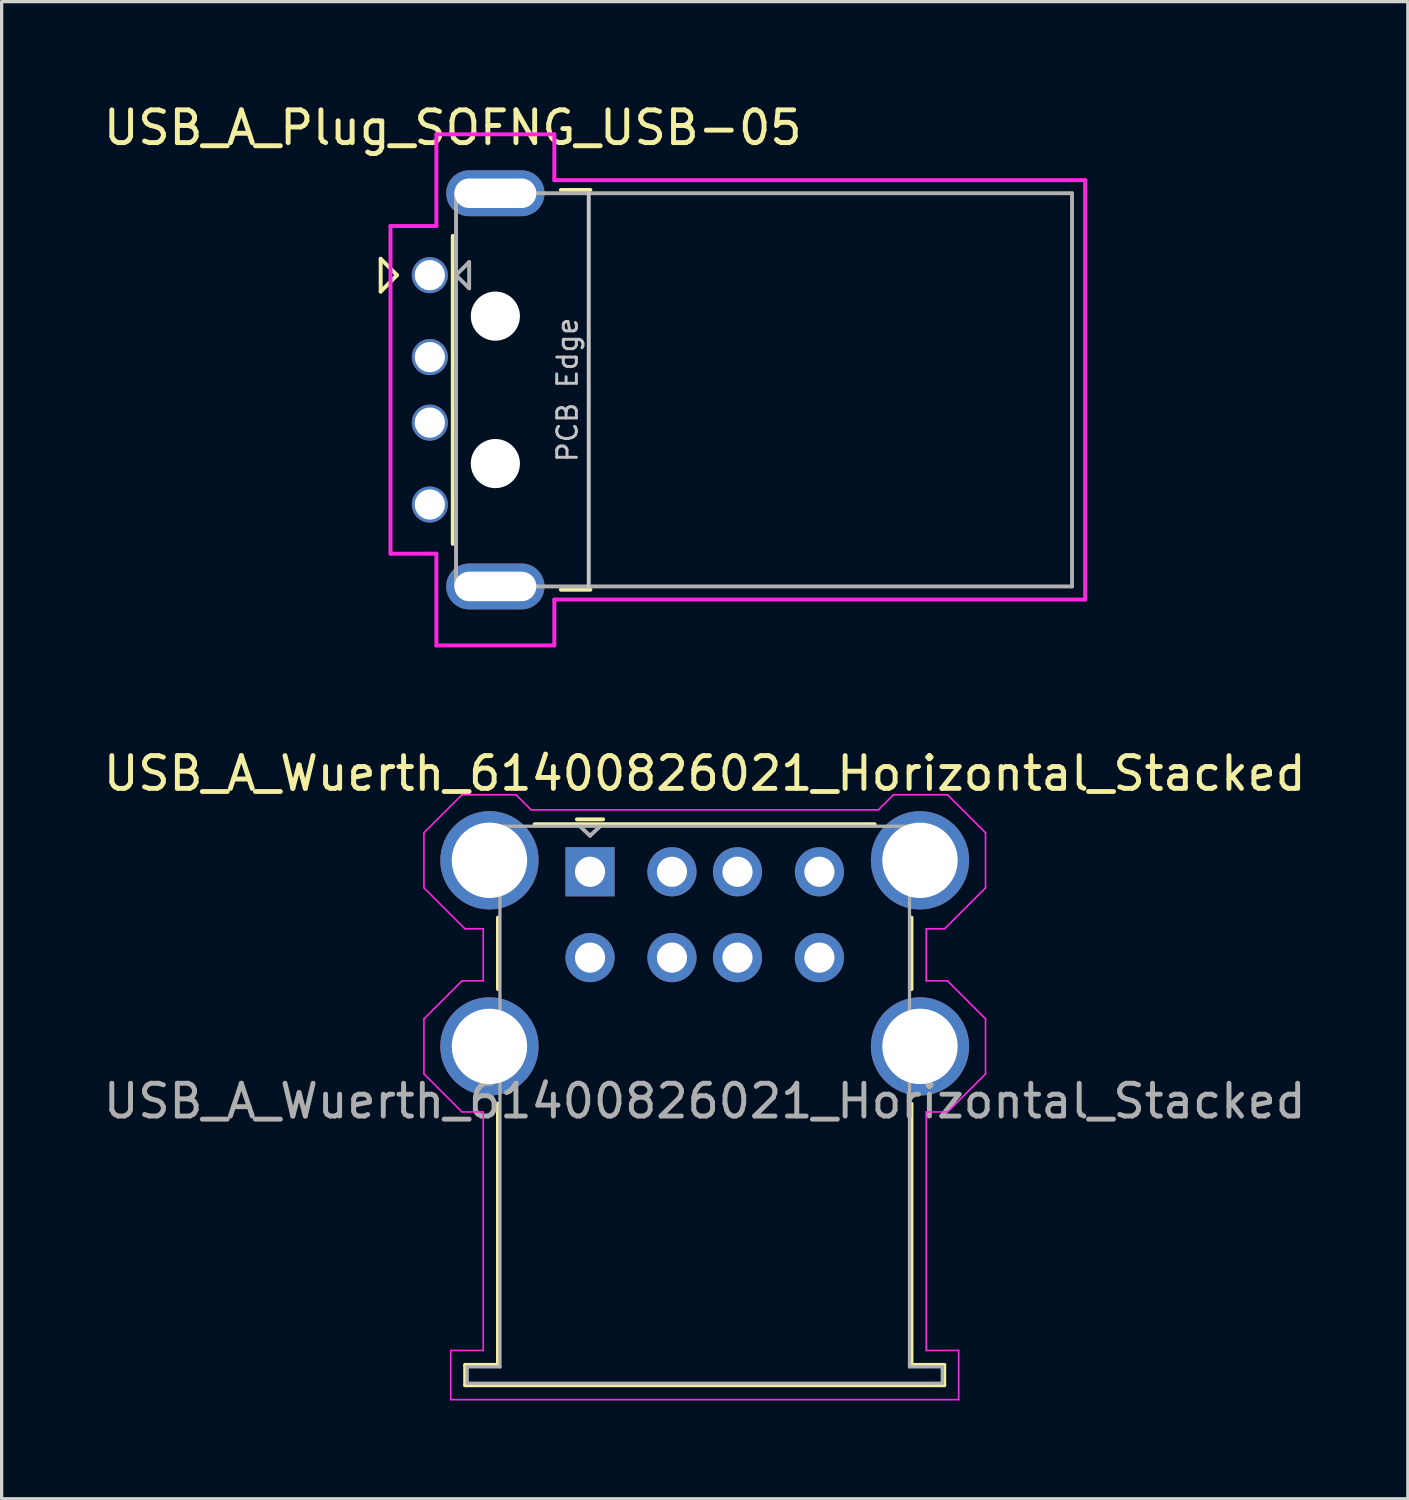
<source format=kicad_pcb>
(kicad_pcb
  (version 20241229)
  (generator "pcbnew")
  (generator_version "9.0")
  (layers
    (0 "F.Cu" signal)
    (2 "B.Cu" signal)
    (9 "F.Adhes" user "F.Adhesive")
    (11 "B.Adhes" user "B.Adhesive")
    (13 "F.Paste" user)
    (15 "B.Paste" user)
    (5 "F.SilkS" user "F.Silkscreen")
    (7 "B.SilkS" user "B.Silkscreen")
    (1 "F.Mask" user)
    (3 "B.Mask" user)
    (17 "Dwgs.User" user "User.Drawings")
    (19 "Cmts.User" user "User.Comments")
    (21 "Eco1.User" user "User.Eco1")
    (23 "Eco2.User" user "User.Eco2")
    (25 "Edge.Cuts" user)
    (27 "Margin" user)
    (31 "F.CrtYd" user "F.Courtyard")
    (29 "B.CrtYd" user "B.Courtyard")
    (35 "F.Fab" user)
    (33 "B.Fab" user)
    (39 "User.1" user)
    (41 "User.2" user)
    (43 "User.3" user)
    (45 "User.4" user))
  (footprint "USB_A_Plug_SOFNG_USB-05"
    (layer "F.Cu")
    (at 12.068 8.848)
    (property "Reference" "USB_A_Plug_SOFNG_USB-05" (at -1.3 -8 0) (unlocked yes) (layer "F.SilkS") (effects (font (size 1 1) (thickness 0.15))))
    (attr through_hole)
    (fp_line (start -3.5 -4) (end -3.5 -3) (stroke (width 0.12) (type solid)) (layer "F.SilkS"))
    (fp_line (start -3 -3.5) (end -3.5 -4) (stroke (width 0.12) (type solid)) (layer "F.SilkS"))
    (fp_line (start -3 -3.5) (end -3.5 -3) (stroke (width 0.12) (type solid)) (layer "F.SilkS"))
    (fp_line (start -1.3 -4.7) (end -1.3 4.7) (stroke (width 0.12) (type solid)) (layer "F.SilkS"))
    (fp_line (start 2 -6.1) (end 2.9 -6.1) (stroke (width 0.12) (type solid)) (layer "F.SilkS"))
    (fp_line (start 2 6.1) (end 2.9 6.1) (stroke (width 0.12) (type solid)) (layer "F.SilkS"))
    (fp_line (start 2.85 6) (end 2.85 -6) (stroke (width 0.12) (type solid)) (layer "Dwgs.User"))
    (fp_line (start -3.2 -5) (end -3.2 5) (stroke (width 0.12) (type solid)) (layer "F.CrtYd"))
    (fp_line (start -3.2 5) (end -2 5) (stroke (width 0.12) (type solid)) (layer "F.CrtYd"))
    (fp_line (start -2 5) (end -1.8 5) (stroke (width 0.12) (type solid)) (layer "F.CrtYd"))
    (fp_line (start -1.8 -7.8) (end -1.8 -5) (stroke (width 0.12) (type solid)) (layer "F.CrtYd"))
    (fp_line (start -1.8 -5) (end -3.2 -5) (stroke (width 0.12) (type solid)) (layer "F.CrtYd"))
    (fp_line (start -1.8 5) (end -1.8 7.8) (stroke (width 0.12) (type solid)) (layer "F.CrtYd"))
    (fp_line (start -1.8 7.8) (end 1.8 7.8) (stroke (width 0.12) (type solid)) (layer "F.CrtYd"))
    (fp_line (start 1.8 -7.8) (end -1.8 -7.8) (stroke (width 0.12) (type solid)) (layer "F.CrtYd"))
    (fp_line (start 1.8 -6.4) (end 1.8 -7.8) (stroke (width 0.12) (type solid)) (layer "F.CrtYd"))
    (fp_line (start 1.8 6.4) (end 18 6.4) (stroke (width 0.12) (type solid)) (layer "F.CrtYd"))
    (fp_line (start 1.8 7.8) (end 1.8 6.4) (stroke (width 0.12) (type solid)) (layer "F.CrtYd"))
    (fp_line (start 18 -6.4) (end 1.8 -6.4) (stroke (width 0.12) (type solid)) (layer "F.CrtYd"))
    (fp_line (start 18 6.4) (end 18 -6.4) (stroke (width 0.12) (type solid)) (layer "F.CrtYd"))
    (fp_line (start -1.2 -6) (end -1.2 6) (stroke (width 0.12) (type solid)) (layer "F.Fab"))
    (fp_line (start -1.2 -6) (end 17.6 -6) (stroke (width 0.12) (type solid)) (layer "F.Fab"))
    (fp_line (start -1.2 -3.5) (end -0.8 -3.9) (stroke (width 0.12) (type solid)) (layer "F.Fab"))
    (fp_line (start -1.2 -3.5) (end -0.8 -3.1) (stroke (width 0.12) (type solid)) (layer "F.Fab"))
    (fp_line (start -1.2 6) (end 17.6 6) (stroke (width 0.12) (type solid)) (layer "F.Fab"))
    (fp_line (start -0.8 -3.9) (end -0.8 -3.1) (stroke (width 0.12) (type solid)) (layer "F.Fab"))
    (fp_line (start 17.6 6) (end 17.6 -6) (stroke (width 0.12) (type solid)) (layer "F.Fab"))
    (fp_text user "PCB Edge" (at 2.2 0 90) (unlocked yes) (layer "Dwgs.User") (effects (font (size 0.6 0.6) (thickness 0.09))))
    (pad "" np_thru_hole circle (at 0 -2.25 90) (size 1.5 1.5) (drill 1.5) (layers "*.Cu" "*.Mask"))
    (pad "" np_thru_hole circle (at 0 2.25 90) (size 1.5 1.5) (drill 1.5) (layers "*.Cu" "*.Mask"))
    (pad "1" thru_hole circle (at -2 -3.5 90) (size 1.1 1.1) (drill 0.92) (layers "*.Cu" "*.Mask"))
    (pad "2" thru_hole circle (at -2 -1 90) (size 1.1 1.1) (drill 0.92) (layers "*.Cu" "*.Mask"))
    (pad "3" thru_hole circle (at -2 1 90) (size 1.1 1.1) (drill 0.92) (layers "*.Cu" "*.Mask"))
    (pad "4" thru_hole circle (at -2 3.5 90) (size 1.1 1.1) (drill 0.92) (layers "*.Cu" "*.Mask"))
    (pad "5" thru_hole oval (at 0 -6 90) (size 1.4 3) (drill oval 0.9 2.5) (layers "*.Cu" "*.Mask"))
    (pad "5" thru_hole oval (at 0 6 90) (size 1.4 3) (drill oval 0.9 2.5) (layers "*.Cu" "*.Mask")))
  (footprint "USB_A_Wuerth_61400826021_Horizontal_Stacked"
    (layer "F.Cu")
    (at 14.958 23.556)
    (property "Reference" "USB_A_Wuerth_61400826021_Horizontal_Stacked" (at 3.5 -3 0) (layer "F.SilkS") (effects (font (size 1 1) (thickness 0.15))))
    (attr through_hole)
    (fp_line (start -3.81 15.05) (end -2.81 15.05) (stroke (width 0.12) (type solid)) (layer "F.SilkS"))
    (fp_line (start -3.81 15.67) (end -3.81 15.05) (stroke (width 0.12) (type solid)) (layer "F.SilkS"))
    (fp_line (start -2.81 3.58) (end -2.81 1.4) (stroke (width 0.12) (type solid)) (layer "F.SilkS"))
    (fp_line (start -2.81 15.05) (end -2.81 7.08) (stroke (width 0.12) (type solid)) (layer "F.SilkS"))
    (fp_line (start -1.69 -1.45) (end 8.69 -1.45) (stroke (width 0.12) (type solid)) (layer "F.SilkS"))
    (fp_line (start 0.4 -1.6) (end -0.4 -1.6) (stroke (width 0.12) (type solid)) (layer "F.SilkS"))
    (fp_line (start 9.81 3.58) (end 9.81 1.4) (stroke (width 0.12) (type solid)) (layer "F.SilkS"))
    (fp_line (start 9.81 7.08) (end 9.81 15.05) (stroke (width 0.12) (type solid)) (layer "F.SilkS"))
    (fp_line (start 9.81 15.05) (end 10.81 15.05) (stroke (width 0.12) (type solid)) (layer "F.SilkS"))
    (fp_line (start 10.81 15.05) (end 10.81 15.67) (stroke (width 0.12) (type solid)) (layer "F.SilkS"))
    (fp_line (start 10.81 15.67) (end -3.81 15.67) (stroke (width 0.12) (type solid)) (layer "F.SilkS"))
    (fp_line (start -5.07 -1.19) (end -5.07 0.49) (stroke (width 0.05) (type solid)) (layer "F.CrtYd"))
    (fp_line (start -5.07 0.49) (end -3.82 1.74) (stroke (width 0.05) (type solid)) (layer "F.CrtYd"))
    (fp_line (start -5.07 4.49) (end -5.07 6.17) (stroke (width 0.05) (type solid)) (layer "F.CrtYd"))
    (fp_line (start -5.07 6.17) (end -3.91 7.33) (stroke (width 0.05) (type solid)) (layer "F.CrtYd"))
    (fp_line (start -4.25 14.61) (end -4.25 16.11) (stroke (width 0.05) (type solid)) (layer "F.CrtYd"))
    (fp_line (start -4.25 16.11) (end 11.25 16.11) (stroke (width 0.05) (type solid)) (layer "F.CrtYd"))
    (fp_line (start -3.91 -2.35) (end -5.07 -1.19) (stroke (width 0.05) (type solid)) (layer "F.CrtYd"))
    (fp_line (start -3.91 3.33) (end -5.07 4.49) (stroke (width 0.05) (type solid)) (layer "F.CrtYd"))
    (fp_line (start -3.91 3.33) (end -3.26 3.33) (stroke (width 0.05) (type solid)) (layer "F.CrtYd"))
    (fp_line (start -3.82 1.74) (end -3.26 1.74) (stroke (width 0.05) (type solid)) (layer "F.CrtYd"))
    (fp_line (start -3.26 1.74) (end -3.26 3.33) (stroke (width 0.05) (type solid)) (layer "F.CrtYd"))
    (fp_line (start -3.26 7.33) (end -3.91 7.33) (stroke (width 0.05) (type solid)) (layer "F.CrtYd"))
    (fp_line (start -3.26 7.33) (end -3.26 14.61) (stroke (width 0.05) (type solid)) (layer "F.CrtYd"))
    (fp_line (start -3.26 14.61) (end -4.25 14.61) (stroke (width 0.05) (type solid)) (layer "F.CrtYd"))
    (fp_line (start -2.26 -2.35) (end -3.91 -2.35) (stroke (width 0.05) (type solid)) (layer "F.CrtYd"))
    (fp_line (start -2.26 -2.35) (end -1.8 -1.89) (stroke (width 0.05) (type solid)) (layer "F.CrtYd"))
    (fp_line (start 8.8 -1.89) (end -1.8 -1.89) (stroke (width 0.05) (type solid)) (layer "F.CrtYd"))
    (fp_line (start 9.26 -2.35) (end 8.8 -1.89) (stroke (width 0.05) (type solid)) (layer "F.CrtYd"))
    (fp_line (start 10.26 1.74) (end 10.26 3.33) (stroke (width 0.05) (type solid)) (layer "F.CrtYd"))
    (fp_line (start 10.26 1.74) (end 10.82 1.74) (stroke (width 0.05) (type solid)) (layer "F.CrtYd"))
    (fp_line (start 10.26 3.33) (end 10.91 3.33) (stroke (width 0.05) (type solid)) (layer "F.CrtYd"))
    (fp_line (start 10.26 7.33) (end 10.26 14.61) (stroke (width 0.05) (type solid)) (layer "F.CrtYd"))
    (fp_line (start 10.26 7.33) (end 10.91 7.33) (stroke (width 0.05) (type solid)) (layer "F.CrtYd"))
    (fp_line (start 10.26 14.61) (end 11.25 14.61) (stroke (width 0.05) (type solid)) (layer "F.CrtYd"))
    (fp_line (start 10.91 -2.35) (end 9.26 -2.35) (stroke (width 0.05) (type solid)) (layer "F.CrtYd"))
    (fp_line (start 10.91 -2.35) (end 12.07 -1.19) (stroke (width 0.05) (type solid)) (layer "F.CrtYd"))
    (fp_line (start 10.91 3.33) (end 12.07 4.49) (stroke (width 0.05) (type solid)) (layer "F.CrtYd"))
    (fp_line (start 11.25 14.61) (end 11.25 16.11) (stroke (width 0.05) (type solid)) (layer "F.CrtYd"))
    (fp_line (start 12.07 -1.19) (end 12.07 0.49) (stroke (width 0.05) (type solid)) (layer "F.CrtYd"))
    (fp_line (start 12.07 0.49) (end 10.82 1.74) (stroke (width 0.05) (type solid)) (layer "F.CrtYd"))
    (fp_line (start 12.07 4.49) (end 12.07 6.17) (stroke (width 0.05) (type solid)) (layer "F.CrtYd"))
    (fp_line (start 12.07 6.17) (end 10.91 7.33) (stroke (width 0.05) (type solid)) (layer "F.CrtYd"))
    (fp_line (start -3.75 15.11) (end -3.75 15.61) (stroke (width 0.1) (type solid)) (layer "F.Fab"))
    (fp_line (start -2.75 -1.39) (end -2.75 15.11) (stroke (width 0.1) (type solid)) (layer "F.Fab"))
    (fp_line (start -2.75 15.11) (end -3.75 15.11) (stroke (width 0.1) (type solid)) (layer "F.Fab"))
    (fp_line (start 0 -1.1) (end -0.3 -1.38) (stroke (width 0.12) (type solid)) (layer "F.Fab"))
    (fp_line (start 0 -1.1) (end 0.3 -1.38) (stroke (width 0.12) (type solid)) (layer "F.Fab"))
    (fp_line (start 9.75 -1.39) (end -2.75 -1.39) (stroke (width 0.1) (type solid)) (layer "F.Fab"))
    (fp_line (start 9.75 -1.39) (end 9.75 15.11) (stroke (width 0.1) (type solid)) (layer "F.Fab"))
    (fp_line (start 9.75 15.11) (end 10.75 15.11) (stroke (width 0.1) (type solid)) (layer "F.Fab"))
    (fp_line (start 10.75 15.11) (end 10.75 15.61) (stroke (width 0.1) (type solid)) (layer "F.Fab"))
    (fp_line (start 10.75 15.61) (end -3.75 15.61) (stroke (width 0.1) (type solid)) (layer "F.Fab"))
    (fp_text user "${REFERENCE}" (at 3.5 7 0) (layer "F.Fab") (effects (font (size 1 1) (thickness 0.15))))
    (pad "1" thru_hole rect (at 0 0) (size 1.5 1.5) (drill 0.92) (layers "*.Cu" "*.Mask"))
    (pad "2" thru_hole circle (at 2.5 0) (size 1.5 1.5) (drill 0.92) (layers "*.Cu" "*.Mask"))
    (pad "3" thru_hole circle (at 4.5 0) (size 1.5 1.5) (drill 0.92) (layers "*.Cu" "*.Mask"))
    (pad "4" thru_hole circle (at 7 0) (size 1.5 1.5) (drill 0.92) (layers "*.Cu" "*.Mask"))
    (pad "5" thru_hole circle (at 0 2.62) (size 1.5 1.5) (drill 0.92) (layers "*.Cu" "*.Mask"))
    (pad "6" thru_hole circle (at 2.5 2.62) (size 1.5 1.5) (drill 0.92) (layers "*.Cu" "*.Mask"))
    (pad "7" thru_hole circle (at 4.5 2.62) (size 1.5 1.5) (drill 0.92) (layers "*.Cu" "*.Mask"))
    (pad "8" thru_hole circle (at 7 2.62) (size 1.5 1.5) (drill 0.92) (layers "*.Cu" "*.Mask"))
    (pad "9" thru_hole circle (at -3.07 -0.35) (size 3 3) (drill 2.3) (layers "*.Cu" "*.Mask"))
    (pad "9" thru_hole circle (at -3.07 5.33) (size 3 3) (drill 2.3) (layers "*.Cu" "*.Mask"))
    (pad "9" thru_hole circle (at 10.07 -0.35) (size 3 3) (drill 2.3) (layers "*.Cu" "*.Mask"))
    (pad "9" thru_hole circle (at 10.07 5.33) (size 3 3) (drill 2.3) (layers "*.Cu" "*.Mask")))
  (gr_rect
    (start -3 -3)
    (end 39.917 42.691)
    (stroke (width 0.1) (type default))
    (fill no)
    (layer "Edge.Cuts")))
</source>
